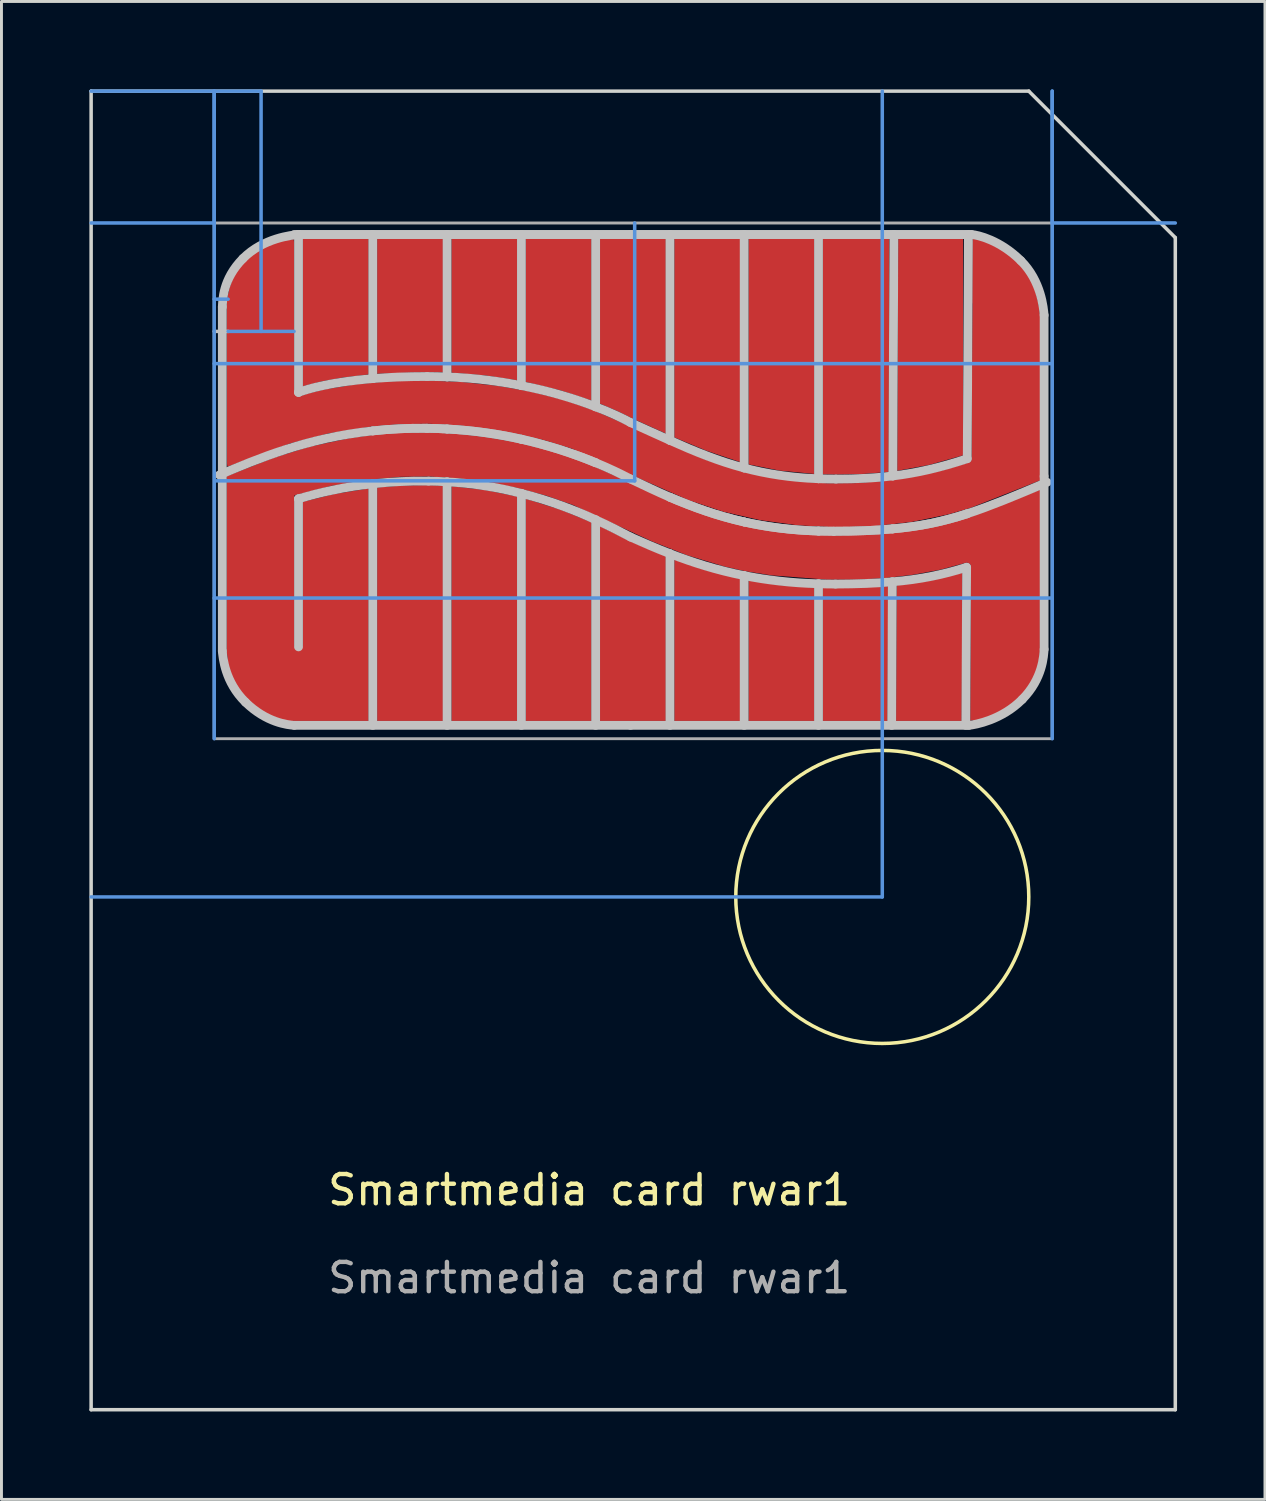
<source format=kicad_pcb>
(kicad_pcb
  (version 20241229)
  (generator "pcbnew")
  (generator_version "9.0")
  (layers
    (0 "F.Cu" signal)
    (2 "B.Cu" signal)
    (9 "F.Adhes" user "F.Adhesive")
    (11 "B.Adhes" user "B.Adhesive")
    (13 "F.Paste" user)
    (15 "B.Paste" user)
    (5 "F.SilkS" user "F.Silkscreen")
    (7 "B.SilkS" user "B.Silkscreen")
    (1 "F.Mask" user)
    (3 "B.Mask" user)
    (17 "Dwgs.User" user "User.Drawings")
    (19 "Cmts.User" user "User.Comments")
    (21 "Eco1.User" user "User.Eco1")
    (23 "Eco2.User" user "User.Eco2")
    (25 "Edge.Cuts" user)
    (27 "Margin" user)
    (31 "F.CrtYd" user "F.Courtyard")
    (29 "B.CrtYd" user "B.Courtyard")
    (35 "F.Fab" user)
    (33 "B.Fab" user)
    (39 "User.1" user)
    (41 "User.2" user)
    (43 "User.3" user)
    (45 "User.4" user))
  (footprint "Smartmedia card rwar1"
    (layer "F.Cu")
    (at 18.788 14.821)
    (property "Reference" "Smartmedia card rwar1" (at -1.728 22.739 0) (unlocked yes) (layer "F.SilkS") (effects (font (size 1 1) (thickness 0.15))))
    (fp_poly (pts (xy -6.431 6.732) (xy -6.431 -1.277) (xy -5.258 -1.144) (xy -4.184 -0.925) (xy -4.184 6.732)) (stroke (width 0) (type solid)) (fill yes) (layer "F.Cu"))
    (fp_poly (pts (xy -4.184 -9.728) (xy -4.184 -4.892) (xy -5.261 -5.056) (xy -6.431 -5.152) (xy -6.431 -9.728)) (stroke (width 0) (type solid)) (fill yes) (layer "F.Cu"))
    (fp_poly (pts (xy -1.651 -4.203) (xy -2.686 -4.542) (xy -3.894 -4.836) (xy -3.894 -9.728) (xy -1.651 -9.728)) (stroke (width 0) (type solid)) (fill yes) (layer "F.Cu"))
    (fp_poly (pts (xy -1.651 -0.045) (xy -1.651 6.732) (xy -3.894 6.732) (xy -3.894 -0.849) (xy -2.681 -0.466)) (stroke (width 0) (type solid)) (fill yes) (layer "F.Cu"))
    (fp_poly (pts (xy -1.361 6.732) (xy -1.361 0.087) (xy -0.373 0.581) (xy 0.885 1.114) (xy 0.885 6.732)) (stroke (width 0) (type solid)) (fill yes) (layer "F.Cu"))
    (fp_poly (pts (xy 1.175 -2.944) (xy 1.175 -9.728) (xy 3.418 -9.728) (xy 3.418 -2.102) (xy 2.29 -2.48)) (stroke (width 0) (type solid)) (fill yes) (layer "F.Cu"))
    (fp_poly (pts (xy 3.418 1.881) (xy 3.418 6.732) (xy 1.175 6.732) (xy 1.175 1.225) (xy 2.244 1.585)) (stroke (width 0) (type solid)) (fill yes) (layer "F.Cu"))
    (fp_poly (pts (xy 5.954 -1.695) (xy 4.767 -1.81) (xy 3.708 -2.022) (xy 3.708 -9.728) (xy 5.954 -9.728)) (stroke (width 0) (type solid)) (fill yes) (layer "F.Cu"))
    (fp_poly (pts (xy 5.954 2.182) (xy 5.954 6.732) (xy 3.708 6.732) (xy 3.708 1.938) (xy 4.78 2.097)) (stroke (width 0) (type solid)) (fill yes) (layer "F.Cu"))
    (fp_poly (pts (xy 8.473 2.133) (xy 8.453 6.732) (xy 6.245 6.732) (xy 6.245 2.191) (xy 6.679 2.199)) (stroke (width 0) (type solid)) (fill yes) (layer "F.Cu"))
    (fp_poly (pts (xy 8.743 6.732) (xy 8.763 2.106) (xy 9.928 1.94) (xy 11.009 1.672) (xy 10.982 6.732)) (stroke (width 0) (type solid)) (fill yes) (layer "F.Cu"))
    (fp_poly (pts (xy -9.257 -9.728) (xy -9.257 -5.091) (xy -10.149 -4.985) (xy -10.84 -4.861) (xy -11.5 -4.69) (xy -11.5 -9.728)) (stroke (width 0) (type solid)) (fill yes) (layer "F.Cu"))
    (fp_poly (pts (xy -8.967 -1.235) (xy -8.108 -1.3) (xy -7.21 -1.315) (xy -6.721 -1.295) (xy -6.721 6.732) (xy -8.967 6.732)) (stroke (width 0) (type solid)) (fill yes) (layer "F.Cu"))
    (fp_poly (pts (xy 8.51 -9.724) (xy 8.492 -1.767) (xy 7.629 -1.697) (xy 6.696 -1.675) (xy 6.245 -1.683) (xy 6.245 -9.728)) (stroke (width 0) (type solid)) (fill yes) (layer "F.Cu"))
    (fp_poly (pts (xy -8.967 -9.728) (xy -6.721 -9.728) (xy -6.721 -5.164) (xy -7.257 -5.175) (xy -8.967 -5.115) (xy -8.967 -9.728) (xy -7.257 -5.175)) (stroke (width 0) (type solid)) (fill yes) (layer "F.Cu"))
    (fp_poly (pts (xy 11.032 -9.728) (xy 11.032 -2.332) (xy 9.866 -2.004) (xy 8.782 -1.804) (xy 8.816 -9.728) (xy 11.032 -9.728) (xy 11.032 -2.332)) (stroke (width 0) (type solid)) (fill yes) (layer "F.Cu"))
    (fp_poly (pts (xy -1.361 -9.728) (xy 0.885 -9.728) (xy 0.885 -3.074) (xy -0.25 -3.587) (xy -0.753 -3.835) (xy -1.361 -4.094) (xy -1.361 -9.728) (xy -0.25 -3.587)) (stroke (width 0) (type solid)) (fill yes) (layer "F.Cu"))
    (fp_poly (pts (xy -11.903 -7.616) (xy -11.903 -9.586) (xy -12.047 -9.586) (xy -12.333 -9.549) (xy -12.611 -9.472) (xy -12.875 -9.356) (xy -13.12 -9.203) (xy -13.341 -9.017) (xy -13.533 -8.802) (xy -13.692 -8.562) (xy -13.816 -8.301) (xy -13.901 -8.025) (xy -13.947 -7.741) (xy -13.953 -7.616)) (stroke (width 0.2) (type solid)) (fill yes) (layer "F.Cu"))
    (fp_poly (pts (xy -11.903 4.589) (xy -13.963 4.589) (xy -13.962 4.733) (xy -13.925 5.019) (xy -13.848 5.297) (xy -13.732 5.561) (xy -13.58 5.806) (xy -13.394 6.027) (xy -13.179 6.219) (xy -12.938 6.378) (xy -12.678 6.502) (xy -12.402 6.587) (xy -12.117 6.632) (xy -11.903 6.639)) (stroke (width 0.2) (type solid)) (fill yes) (layer "F.Cu"))
    (fp_poly (pts (xy -11.903 4.589) (xy -13.963 4.589) (xy -13.962 4.733) (xy -13.925 5.019) (xy -13.848 5.297) (xy -13.732 5.561) (xy -13.58 5.806) (xy -13.394 6.027) (xy -13.179 6.219) (xy -12.938 6.378) (xy -12.678 6.502) (xy -12.402 6.587) (xy -12.117 6.632) (xy -11.903 6.639)) (stroke (width 0.2) (type solid)) (fill yes) (layer "F.Cu"))
    (fp_poly (pts (xy 11.442 4.669) (xy 11.442 6.639) (xy 11.587 6.638) (xy 11.873 6.601) (xy 12.151 6.524) (xy 12.415 6.408) (xy 12.66 6.256) (xy 12.88 6.07) (xy 13.072 5.855) (xy 13.232 5.614) (xy 13.356 5.353) (xy 13.441 5.078) (xy 13.486 4.793) (xy 13.492 4.669)) (stroke (width 0.2) (type solid)) (fill yes) (layer "F.Cu"))
    (fp_poly (pts (xy 11.442 4.669) (xy 11.442 6.639) (xy 11.587 6.638) (xy 11.873 6.601) (xy 12.151 6.524) (xy 12.415 6.408) (xy 12.66 6.256) (xy 12.88 6.07) (xy 13.072 5.855) (xy 13.232 5.614) (xy 13.356 5.353) (xy 13.441 5.078) (xy 13.486 4.793) (xy 13.492 4.669)) (stroke (width 0.2) (type solid)) (fill yes) (layer "F.Cu"))
    (fp_poly (pts (xy 11.452 -7.556) (xy 13.422 -7.556) (xy 13.422 -7.701) (xy 13.385 -7.987) (xy 13.308 -8.265) (xy 13.192 -8.529) (xy 13.039 -8.774) (xy 12.853 -8.995) (xy 12.638 -9.187) (xy 12.398 -9.346) (xy 12.137 -9.47) (xy 11.861 -9.555) (xy 11.576 -9.6) (xy 11.452 -9.606)) (stroke (width 0.2) (type solid)) (fill yes) (layer "F.Cu"))
    (fp_poly (pts (xy -9.096 -3.03) (xy -8.16 -3.107) (xy -7.191 -3.118) (xy -6.205 -3.065) (xy -5.218 -2.951) (xy -4.245 -2.78) (xy -3.301 -2.555) (xy -2.401 -2.278) (xy -1.562 -1.954) (xy 1.532 -0.546) (xy 2.823 -0.103) (xy 4.105 0.194) (xy 5.39 0.347) (xy 6.749 0.397) (xy 8.05 0.361) (xy 9.338 0.233) (xy 9.982 0.121) (xy 10.588 -0.022) (xy 11.174 -0.194) (xy 13.656 -1.16) (xy 13.652 4.395) (xy 13.641 4.513) (xy 13.624 4.63) (xy 13.599 4.745) (xy 13.569 4.858) (xy 13.532 4.969) (xy 13.442 5.183) (xy 13.33 5.388) (xy 13.2 5.581) (xy 13.052 5.763) (xy 12.888 5.933) (xy 12.712 6.088) (xy 12.524 6.23) (xy 12.327 6.356) (xy 12.122 6.466) (xy 11.913 6.558) (xy 11.7 6.633) (xy 11.486 6.689) (xy 11.272 6.725) (xy 11.3 1.471) (xy 11.299 1.462) (xy 11.298 1.454) (xy 11.297 1.445) (xy 11.294 1.437) (xy 11.292 1.429) (xy 11.288 1.421) (xy 11.285 1.414) (xy 11.28 1.406) (xy 11.276 1.399) (xy 11.271 1.392) (xy 11.265 1.386) (xy 11.26 1.38) (xy 11.253 1.374) (xy 11.247 1.368) (xy 11.24 1.363) (xy 11.233 1.358) (xy 11.226 1.354) (xy 11.219 1.35) (xy 11.211 1.346) (xy 11.203 1.343) (xy 11.195 1.34) (xy 11.187 1.338) (xy 11.179 1.336) (xy 11.17 1.335) (xy 11.162 1.334) (xy 11.153 1.334) (xy 11.145 1.334) (xy 11.136 1.335) (xy 11.128 1.336) (xy 10.236 1.575) (xy 9.313 1.746) (xy 8.357 1.858) (xy 7.383 1.912) (xy 6.405 1.912) (xy 4.494 1.765) (xy 3.591 1.623) (xy 2.889 1.464) (xy 1.603 1.077) (xy 0.4 0.6) (xy -2.293 -0.641) (xy -3.204 -0.957) (xy -4.164 -1.215) (xy -5.156 -1.412) (xy -6.165 -1.544) (xy -7.174 -1.607) (xy -8.167 -1.598) (xy -9.128 -1.512) (xy -10.533 -1.289) (xy -11.79 -0.964) (xy -11.79 4.195) (xy -11.5 4.195) (xy -11.5 -0.746) (xy -10.437 -1.01) (xy -9.257 -1.202) (xy -9.257 6.732) (xy -11.787 6.732) (xy -11.886 6.723) (xy -12.023 6.702) (xy -12.194 6.663) (xy -12.392 6.601) (xy -12.613 6.507) (xy -12.85 6.378) (xy -12.974 6.297) (xy -13.099 6.205) (xy -13.226 6.1) (xy -13.354 5.983) (xy -13.471 5.86) (xy -13.576 5.735) (xy -13.668 5.609) (xy -13.748 5.483) (xy -13.818 5.358) (xy -13.877 5.235) (xy -13.97 4.998) (xy -14.032 4.782) (xy -14.071 4.593) (xy -14.104 4.333) (xy -14.104 -1.617) (xy -12.525 -2.238) (xy -11.289 -2.623) (xy -9.876 -2.925) (xy -9.097 -3.03)) (stroke (width 0) (type solid)) (fill yes) (layer "F.Cu"))
    (fp_poly (pts (xy 2.21 -2.196) (xy 3.526 -1.767) (xy 4.461 -1.571) (xy 5.417 -1.442) (xy 6.386 -1.379) (xy 7.364 -1.384) (xy 8.342 -1.457) (xy 9.316 -1.599) (xy 10.277 -1.808) (xy 11.222 -2.087) (xy 11.232 -2.091) (xy 11.243 -2.096) (xy 11.253 -2.102) (xy 11.262 -2.108) (xy 11.271 -2.115) (xy 11.279 -2.123) (xy 11.286 -2.131) (xy 11.293 -2.14) (xy 11.299 -2.149) (xy 11.305 -2.159) (xy 11.31 -2.169) (xy 11.314 -2.179) (xy 11.317 -2.19) (xy 11.319 -2.201) (xy 11.32 -2.213) (xy 11.359 -9.722) (xy 11.454 -9.704) (xy 11.647 -9.654) (xy 11.844 -9.584) (xy 12.042 -9.497) (xy 12.24 -9.391) (xy 12.436 -9.266) (xy 12.627 -9.124) (xy 12.812 -8.964) (xy 13.018 -8.754) (xy 13.122 -8.626) (xy 13.214 -8.494) (xy 13.294 -8.362) (xy 13.364 -8.228) (xy 13.424 -8.096) (xy 13.518 -7.839) (xy 13.581 -7.602) (xy 13.622 -7.395) (xy 13.656 -7.115) (xy 13.656 -1.475) (xy 11.259 -0.529) (xy 10.526 -0.316) (xy 9.29 -0.061) (xy 8.009 0.086) (xy 6.703 0.126) (xy 5.394 0.058) (xy 4.103 -0.119) (xy 2.85 -0.406) (xy 1.656 -0.803) (xy -2.307 -2.553) (xy -3.223 -2.835) (xy -4.185 -3.064) (xy -5.176 -3.238) (xy -6.182 -3.354) (xy -7.186 -3.408) (xy -8.173 -3.397) (xy -9.128 -3.318) (xy -10.612 -3.083) (xy -11.917 -2.744) (xy -14.066 -1.947) (xy -14.075 -1.949) (xy -14.083 -1.982) (xy -14.09 -2.044) (xy -14.101 -7.374) (xy -14.104 -7.398) (xy -14.103 -7.472) (xy -14.088 -7.638) (xy -14.055 -7.826) (xy -14.002 -8.027) (xy -13.927 -8.235) (xy -13.83 -8.443) (xy -13.772 -8.544) (xy -13.708 -8.644) (xy -13.637 -8.739) (xy -13.56 -8.831) (xy -13.372 -9.019) (xy -13.265 -9.113) (xy -13.154 -9.198) (xy -13.041 -9.274) (xy -12.81 -9.405) (xy -12.58 -9.508) (xy -12.358 -9.586) (xy -12.152 -9.644) (xy -11.812 -9.709) (xy -11.79 -4.556) (xy -11.792 -4.546) (xy -11.793 -4.535) (xy -11.794 -4.524) (xy -11.793 -4.503) (xy -11.791 -4.482) (xy -11.786 -4.462) (xy -11.779 -4.442) (xy -11.775 -4.433) (xy -11.771 -4.424) (xy -11.766 -4.415) (xy -11.76 -4.407) (xy -11.755 -4.399) (xy -11.748 -4.391) (xy -11.742 -4.384) (xy -11.734 -4.377) (xy -11.727 -4.371) (xy -11.719 -4.365) (xy -11.711 -4.36) (xy -11.702 -4.356) (xy -11.693 -4.352) (xy -11.684 -4.349) (xy -11.674 -4.347) (xy -11.664 -4.345) (xy -11.654 -4.344) (xy -11.643 -4.344) (xy -11.632 -4.345) (xy -11.621 -4.347) (xy -11.61 -4.349) (xy -11.291 -4.451) (xy -10.778 -4.578) (xy -9.692 -4.757) (xy -8.534 -4.86) (xy -7.33 -4.887) (xy -6.107 -4.837) (xy -4.892 -4.709) (xy -3.711 -4.505) (xy -2.591 -4.222) (xy -1.559 -3.861)) (stroke (width 0) (type solid)) (fill yes) (layer "F.Cu"))
    (fp_poly (pts (xy -6.431 6.732) (xy -6.431 -1.277) (xy -5.258 -1.144) (xy -4.184 -0.925) (xy -4.184 6.732)) (stroke (width 0) (type solid)) (fill yes) (layer "F.Mask"))
    (fp_poly (pts (xy -4.184 -9.728) (xy -4.184 -4.892) (xy -5.261 -5.056) (xy -6.431 -5.152) (xy -6.431 -9.728)) (stroke (width 0) (type solid)) (fill yes) (layer "F.Mask"))
    (fp_poly (pts (xy -1.651 -4.203) (xy -2.686 -4.542) (xy -3.894 -4.836) (xy -3.894 -9.728) (xy -1.651 -9.728)) (stroke (width 0) (type solid)) (fill yes) (layer "F.Mask"))
    (fp_poly (pts (xy -1.651 -0.045) (xy -1.651 6.732) (xy -3.894 6.732) (xy -3.894 -0.849) (xy -2.681 -0.466)) (stroke (width 0) (type solid)) (fill yes) (layer "F.Mask"))
    (fp_poly (pts (xy -1.361 6.732) (xy -1.361 0.087) (xy -0.373 0.581) (xy 0.885 1.114) (xy 0.885 6.732)) (stroke (width 0) (type solid)) (fill yes) (layer "F.Mask"))
    (fp_poly (pts (xy 1.175 -2.944) (xy 1.175 -9.728) (xy 3.418 -9.728) (xy 3.418 -2.102) (xy 2.29 -2.48)) (stroke (width 0) (type solid)) (fill yes) (layer "F.Mask"))
    (fp_poly (pts (xy 3.418 1.881) (xy 3.418 6.732) (xy 1.175 6.732) (xy 1.175 1.225) (xy 2.244 1.585)) (stroke (width 0) (type solid)) (fill yes) (layer "F.Mask"))
    (fp_poly (pts (xy 5.954 -1.695) (xy 4.767 -1.81) (xy 3.708 -2.022) (xy 3.708 -9.728) (xy 5.954 -9.728)) (stroke (width 0) (type solid)) (fill yes) (layer "F.Mask"))
    (fp_poly (pts (xy 5.954 2.182) (xy 5.954 6.732) (xy 3.708 6.732) (xy 3.708 1.938) (xy 4.78 2.097)) (stroke (width 0) (type solid)) (fill yes) (layer "F.Mask"))
    (fp_poly (pts (xy 8.473 2.133) (xy 8.453 6.732) (xy 6.245 6.732) (xy 6.245 2.191) (xy 6.679 2.199)) (stroke (width 0) (type solid)) (fill yes) (layer "F.Mask"))
    (fp_poly (pts (xy 8.743 6.732) (xy 8.763 2.106) (xy 9.928 1.94) (xy 11.009 1.672) (xy 10.982 6.732)) (stroke (width 0) (type solid)) (fill yes) (layer "F.Mask"))
    (fp_poly (pts (xy -9.257 -9.728) (xy -9.257 -5.091) (xy -10.149 -4.985) (xy -10.84 -4.861) (xy -11.5 -4.69) (xy -11.5 -9.728)) (stroke (width 0) (type solid)) (fill yes) (layer "F.Mask"))
    (fp_poly (pts (xy -8.967 -1.235) (xy -8.108 -1.3) (xy -7.21 -1.315) (xy -6.721 -1.295) (xy -6.721 6.732) (xy -8.967 6.732)) (stroke (width 0) (type solid)) (fill yes) (layer "F.Mask"))
    (fp_poly (pts (xy 8.51 -9.724) (xy 8.492 -1.767) (xy 7.629 -1.697) (xy 6.696 -1.675) (xy 6.245 -1.683) (xy 6.245 -9.728)) (stroke (width 0) (type solid)) (fill yes) (layer "F.Mask"))
    (fp_poly (pts (xy -8.967 -9.728) (xy -6.721 -9.728) (xy -6.721 -5.164) (xy -7.257 -5.175) (xy -8.967 -5.115) (xy -8.967 -9.728) (xy -7.257 -5.175)) (stroke (width 0) (type solid)) (fill yes) (layer "F.Mask"))
    (fp_poly (pts (xy 11.032 -9.728) (xy 11.032 -2.332) (xy 9.866 -2.004) (xy 8.782 -1.804) (xy 8.816 -9.728) (xy 11.032 -9.728) (xy 11.032 -2.332)) (stroke (width 0) (type solid)) (fill yes) (layer "F.Mask"))
    (fp_poly (pts (xy -1.361 -9.728) (xy 0.885 -9.728) (xy 0.885 -3.074) (xy -0.25 -3.587) (xy -0.753 -3.835) (xy -1.361 -4.094) (xy -1.361 -9.728) (xy -0.25 -3.587)) (stroke (width 0) (type solid)) (fill yes) (layer "F.Mask"))
    (fp_poly (pts (xy -11.903 -7.616) (xy -11.903 -9.586) (xy -12.047 -9.586) (xy -12.333 -9.549) (xy -12.611 -9.472) (xy -12.875 -9.356) (xy -13.12 -9.203) (xy -13.341 -9.017) (xy -13.533 -8.802) (xy -13.692 -8.562) (xy -13.816 -8.301) (xy -13.901 -8.025) (xy -13.947 -7.741) (xy -13.953 -7.616)) (stroke (width 0.2) (type solid)) (fill yes) (layer "F.Mask"))
    (fp_poly (pts (xy 11.452 -7.556) (xy 13.422 -7.556) (xy 13.422 -7.701) (xy 13.385 -7.987) (xy 13.308 -8.265) (xy 13.192 -8.529) (xy 13.039 -8.774) (xy 12.853 -8.995) (xy 12.638 -9.187) (xy 12.398 -9.346) (xy 12.137 -9.47) (xy 11.861 -9.555) (xy 11.576 -9.6) (xy 11.452 -9.606)) (stroke (width 0.2) (type solid)) (fill yes) (layer "F.Mask"))
    (fp_poly (pts (xy -9.096 -3.03) (xy -8.16 -3.107) (xy -7.191 -3.118) (xy -6.205 -3.065) (xy -5.218 -2.951) (xy -4.245 -2.78) (xy -3.301 -2.555) (xy -2.401 -2.278) (xy -1.562 -1.954) (xy 1.532 -0.546) (xy 2.823 -0.103) (xy 4.105 0.194) (xy 5.39 0.347) (xy 6.749 0.397) (xy 8.05 0.361) (xy 9.338 0.233) (xy 9.982 0.121) (xy 10.588 -0.022) (xy 11.174 -0.194) (xy 13.656 -1.16) (xy 13.652 4.395) (xy 13.641 4.513) (xy 13.624 4.63) (xy 13.599 4.745) (xy 13.569 4.858) (xy 13.532 4.969) (xy 13.442 5.183) (xy 13.33 5.388) (xy 13.2 5.581) (xy 13.052 5.763) (xy 12.888 5.933) (xy 12.712 6.088) (xy 12.524 6.23) (xy 12.327 6.356) (xy 12.122 6.466) (xy 11.913 6.558) (xy 11.7 6.633) (xy 11.486 6.689) (xy 11.272 6.725) (xy 11.3 1.471) (xy 11.299 1.462) (xy 11.298 1.454) (xy 11.297 1.445) (xy 11.294 1.437) (xy 11.292 1.429) (xy 11.288 1.421) (xy 11.285 1.414) (xy 11.28 1.406) (xy 11.276 1.399) (xy 11.271 1.392) (xy 11.265 1.386) (xy 11.26 1.38) (xy 11.253 1.374) (xy 11.247 1.368) (xy 11.24 1.363) (xy 11.233 1.358) (xy 11.226 1.354) (xy 11.219 1.35) (xy 11.211 1.346) (xy 11.203 1.343) (xy 11.195 1.34) (xy 11.187 1.338) (xy 11.179 1.336) (xy 11.17 1.335) (xy 11.162 1.334) (xy 11.153 1.334) (xy 11.145 1.334) (xy 11.136 1.335) (xy 11.128 1.336) (xy 10.236 1.575) (xy 9.313 1.746) (xy 8.357 1.858) (xy 7.383 1.912) (xy 6.405 1.912) (xy 4.494 1.765) (xy 3.591 1.623) (xy 2.889 1.464) (xy 1.603 1.077) (xy 0.4 0.6) (xy -2.293 -0.641) (xy -3.204 -0.957) (xy -4.164 -1.215) (xy -5.156 -1.412) (xy -6.165 -1.544) (xy -7.174 -1.607) (xy -8.167 -1.598) (xy -9.128 -1.512) (xy -10.533 -1.289) (xy -11.79 -0.964) (xy -11.79 4.195) (xy -11.5 4.195) (xy -11.5 -0.746) (xy -10.437 -1.01) (xy -9.257 -1.202) (xy -9.257 6.732) (xy -11.787 6.732) (xy -11.886 6.723) (xy -12.023 6.702) (xy -12.194 6.663) (xy -12.392 6.601) (xy -12.613 6.507) (xy -12.85 6.378) (xy -12.974 6.297) (xy -13.099 6.205) (xy -13.226 6.1) (xy -13.354 5.983) (xy -13.471 5.86) (xy -13.576 5.735) (xy -13.668 5.609) (xy -13.748 5.483) (xy -13.818 5.358) (xy -13.877 5.235) (xy -13.97 4.998) (xy -14.032 4.782) (xy -14.071 4.593) (xy -14.104 4.333) (xy -14.104 -1.617) (xy -12.525 -2.238) (xy -11.289 -2.623) (xy -9.876 -2.925) (xy -9.097 -3.03)) (stroke (width 0) (type solid)) (fill yes) (layer "F.Mask"))
    (fp_poly (pts (xy 2.21 -2.196) (xy 3.526 -1.767) (xy 4.461 -1.571) (xy 5.417 -1.442) (xy 6.386 -1.379) (xy 7.364 -1.384) (xy 8.342 -1.457) (xy 9.316 -1.599) (xy 10.277 -1.808) (xy 11.222 -2.087) (xy 11.232 -2.091) (xy 11.243 -2.096) (xy 11.253 -2.102) (xy 11.262 -2.108) (xy 11.271 -2.115) (xy 11.279 -2.123) (xy 11.286 -2.131) (xy 11.293 -2.14) (xy 11.299 -2.149) (xy 11.305 -2.159) (xy 11.31 -2.169) (xy 11.314 -2.179) (xy 11.317 -2.19) (xy 11.319 -2.201) (xy 11.32 -2.213) (xy 11.359 -9.722) (xy 11.454 -9.704) (xy 11.647 -9.654) (xy 11.844 -9.584) (xy 12.042 -9.497) (xy 12.24 -9.391) (xy 12.436 -9.266) (xy 12.627 -9.124) (xy 12.812 -8.964) (xy 13.018 -8.754) (xy 13.122 -8.626) (xy 13.214 -8.494) (xy 13.294 -8.362) (xy 13.364 -8.228) (xy 13.424 -8.096) (xy 13.518 -7.839) (xy 13.581 -7.602) (xy 13.622 -7.395) (xy 13.656 -7.115) (xy 13.656 -1.475) (xy 11.259 -0.529) (xy 10.526 -0.316) (xy 9.29 -0.061) (xy 8.009 0.086) (xy 6.703 0.126) (xy 5.394 0.058) (xy 4.103 -0.119) (xy 2.85 -0.406) (xy 1.656 -0.803) (xy -2.307 -2.553) (xy -3.223 -2.835) (xy -4.185 -3.064) (xy -5.176 -3.238) (xy -6.182 -3.354) (xy -7.186 -3.408) (xy -8.173 -3.397) (xy -9.128 -3.318) (xy -10.612 -3.083) (xy -11.917 -2.744) (xy -14.066 -1.947) (xy -14.075 -1.949) (xy -14.083 -1.982) (xy -14.09 -2.044) (xy -14.101 -7.374) (xy -14.104 -7.398) (xy -14.103 -7.472) (xy -14.088 -7.638) (xy -14.055 -7.826) (xy -14.002 -8.027) (xy -13.927 -8.235) (xy -13.83 -8.443) (xy -13.772 -8.544) (xy -13.708 -8.644) (xy -13.637 -8.739) (xy -13.56 -8.831) (xy -13.372 -9.019) (xy -13.265 -9.113) (xy -13.154 -9.198) (xy -13.041 -9.274) (xy -12.81 -9.405) (xy -12.58 -9.508) (xy -12.358 -9.586) (xy -12.152 -9.644) (xy -11.812 -9.709) (xy -11.79 -4.556) (xy -11.792 -4.546) (xy -11.793 -4.535) (xy -11.794 -4.524) (xy -11.793 -4.503) (xy -11.791 -4.482) (xy -11.786 -4.462) (xy -11.779 -4.442) (xy -11.775 -4.433) (xy -11.771 -4.424) (xy -11.766 -4.415) (xy -11.76 -4.407) (xy -11.755 -4.399) (xy -11.748 -4.391) (xy -11.742 -4.384) (xy -11.734 -4.377) (xy -11.727 -4.371) (xy -11.719 -4.365) (xy -11.711 -4.36) (xy -11.702 -4.356) (xy -11.693 -4.352) (xy -11.684 -4.349) (xy -11.674 -4.347) (xy -11.664 -4.345) (xy -11.654 -4.344) (xy -11.643 -4.344) (xy -11.632 -4.345) (xy -11.621 -4.347) (xy -11.61 -4.349) (xy -11.291 -4.451) (xy -10.778 -4.578) (xy -9.692 -4.757) (xy -8.534 -4.86) (xy -7.33 -4.887) (xy -6.107 -4.837) (xy -4.892 -4.709) (xy -3.711 -4.505) (xy -2.591 -4.222) (xy -1.559 -3.861)) (stroke (width 0) (type solid)) (fill yes) (layer "F.Mask"))
    (fp_circle (center 8.272 12.739) (end 13.272 12.739) (stroke (width 0.12) (type solid)) (fill no) (layer "F.SilkS"))
    (fp_line (start -14.198 -6.561) (end -14.528 -6.561) (stroke (width 0.12) (type solid)) (layer "Dwgs.User"))
    (fp_line (start -14.053 -6.561) (end -14.198 -6.561) (stroke (width 0.12) (type solid)) (layer "Dwgs.User"))
    (fp_line (start -11.65 -9.867) (end 11.211 -9.866) (stroke (width 0.3) (type solid)) (layer "Dwgs.User"))
    (fp_line (start -9.116 -4.951) (end -9.116 -9.866) (stroke (width 0.3) (type solid)) (layer "Dwgs.User"))
    (fp_line (start -9.116 6.884) (end -9.116 -1.36) (stroke (width 0.3) (type solid)) (layer "Dwgs.User"))
    (fp_line (start -6.58 -5.008) (end -6.58 -9.866) (stroke (width 0.3) (type solid)) (layer "Dwgs.User"))
    (fp_line (start -6.58 6.884) (end -6.58 -1.427) (stroke (width 0.3) (type solid)) (layer "Dwgs.User"))
    (fp_line (start -4.043 -4.711) (end -4.043 -9.855) (stroke (width 0.3) (type solid)) (layer "Dwgs.User"))
    (fp_line (start -4.043 6.884) (end -4.043 -1.032) (stroke (width 0.3) (type solid)) (layer "Dwgs.User"))
    (fp_line (start -1.51 -3.988) (end -1.51 -9.866) (stroke (width 0.3) (type solid)) (layer "Dwgs.User"))
    (fp_line (start -1.51 6.884) (end -1.51 -0.132) (stroke (width 0.3) (type solid)) (layer "Dwgs.User"))
    (fp_line (start 1.026 -2.842) (end 1.026 -9.866) (stroke (width 0.3) (type solid)) (layer "Dwgs.User"))
    (fp_line (start 1.026 6.884) (end 1.026 1.025) (stroke (width 0.3) (type solid)) (layer "Dwgs.User"))
    (fp_line (start 3.559 -1.9) (end 3.559 -9.866) (stroke (width 0.3) (type solid)) (layer "Dwgs.User"))
    (fp_line (start 3.559 6.884) (end 3.559 1.773) (stroke (width 0.3) (type solid)) (layer "Dwgs.User"))
    (fp_line (start 6.096 -1.533) (end 6.096 -9.866) (stroke (width 0.3) (type solid)) (layer "Dwgs.User"))
    (fp_line (start 6.096 6.884) (end 6.096 2.051) (stroke (width 0.3) (type solid)) (layer "Dwgs.User"))
    (fp_line (start 8.615 1.984) (end 8.593 6.884) (stroke (width 0.3) (type solid)) (layer "Dwgs.User"))
    (fp_line (start 8.668 -9.866) (end 8.632 -1.628) (stroke (width 0.3) (type solid)) (layer "Dwgs.User"))
    (fp_curve (pts (xy -14.251 -7.397) (xy -14.236 -7.615) (xy -14.251 -8.337) (xy -13.547 -9.048)) (stroke (width 0.3) (type solid)) (layer "Dwgs.User"))
    (fp_curve (pts (xy -14.251 4.347) (xy -14.251 4.347) (xy -14.251 -7.397) (xy -14.251 -7.397)) (stroke (width 0.3) (type solid)) (layer "Dwgs.User"))
    (fp_curve (pts (xy -13.547 -9.048) (xy -12.851 -9.751) (xy -11.869 -9.848) (xy -11.65 -9.867)) (stroke (width 0.3) (type solid)) (layer "Dwgs.User"))
    (fp_curve (pts (xy -13.459 6.095) (xy -14.167 5.403) (xy -14.23 4.567) (xy -14.251 4.347)) (stroke (width 0.3) (type solid)) (layer "Dwgs.User"))
    (fp_curve (pts (xy -11.796 -9.867) (xy -11.796 -9.867) (xy -0.318 -9.867) (xy -0.318 -9.867)) (stroke (width 0.3) (type solid)) (layer "Dwgs.User"))
    (fp_curve (pts (xy -11.796 6.883) (xy -12.014 6.87) (xy -12.744 6.793) (xy -13.459 6.095)) (stroke (width 0.3) (type solid)) (layer "Dwgs.User"))
    (fp_curve (pts (xy -11.65 -9.867) (xy -11.65 -8.072) (xy -11.65 -6.276) (xy -11.65 -4.481)) (stroke (width 0.3) (type solid)) (layer "Dwgs.User"))
    (fp_curve (pts (xy -11.65 -4.481) (xy -11.65 -4.481) (xy -11.649 -4.482) (xy -11.649 -4.482)) (stroke (width 0.3) (type solid)) (layer "Dwgs.User"))
    (fp_curve (pts (xy -11.65 -0.848) (xy -11.65 -0.848) (xy -11.649 -0.849) (xy -11.649 -0.849)) (stroke (width 0.3) (type solid)) (layer "Dwgs.User"))
    (fp_curve (pts (xy -11.65 4.205) (xy -11.65 2.521) (xy -11.65 0.837) (xy -11.65 -0.848)) (stroke (width 0.3) (type solid)) (layer "Dwgs.User"))
    (fp_curve (pts (xy -11.649 -4.482) (xy -11.349 -4.592) (xy -10.566 -4.831) (xy -9.116 -4.951)) (stroke (width 0.3) (type solid)) (layer "Dwgs.User"))
    (fp_curve (pts (xy -11.649 -0.849) (xy -10.901 -1.071) (xy -10.061 -1.258) (xy -9.116 -1.36)) (stroke (width 0.3) (type solid)) (layer "Dwgs.User"))
    (fp_curve (pts (xy -9.116 -3.166) (xy -11.391 -2.923) (xy -13.042 -2.21) (xy -14.351 -1.663)) (stroke (width 0.3) (type solid)) (layer "Dwgs.User"))
    (fp_curve (pts (xy -9.116 -4.951) (xy -8.59 -4.994) (xy -7.973 -5.022) (xy -7.26 -5.022)) (stroke (width 0.3) (type solid)) (layer "Dwgs.User"))
    (fp_curve (pts (xy -9.116 -3.166) (xy -8.541 -3.23) (xy -7.927 -3.262) (xy -7.267 -3.255)) (stroke (width 0.3) (type solid)) (layer "Dwgs.User"))
    (fp_curve (pts (xy -9.116 -1.36) (xy -8.527 -1.427) (xy -7.892 -1.462) (xy -7.211 -1.452)) (stroke (width 0.3) (type solid)) (layer "Dwgs.User"))
    (fp_curve (pts (xy -7.267 -3.255) (xy -7.927 -3.262) (xy -8.541 -3.23) (xy -9.116 -3.166)) (stroke (width 0.3) (type solid)) (layer "Dwgs.User"))
    (fp_curve (pts (xy -7.267 -3.255) (xy -7.035 -3.251) (xy -6.805 -3.244) (xy -6.58 -3.23)) (stroke (width 0.3) (type solid)) (layer "Dwgs.User"))
    (fp_curve (pts (xy -7.26 -5.022) (xy -7.028 -5.022) (xy -6.802 -5.018) (xy -6.58 -5.008)) (stroke (width 0.3) (type solid)) (layer "Dwgs.User"))
    (fp_curve (pts (xy -7.211 -1.452) (xy -6.996 -1.448) (xy -6.784 -1.441) (xy -6.58 -1.427)) (stroke (width 0.3) (type solid)) (layer "Dwgs.User"))
    (fp_curve (pts (xy -6.58 -5.008) (xy -5.655 -4.973) (xy -4.805 -4.863) (xy -4.043 -4.711)) (stroke (width 0.3) (type solid)) (layer "Dwgs.User"))
    (fp_curve (pts (xy -6.58 -3.23) (xy -6.805 -3.244) (xy -7.035 -3.251) (xy -7.267 -3.255)) (stroke (width 0.3) (type solid)) (layer "Dwgs.User"))
    (fp_curve (pts (xy -6.58 -3.23) (xy -5.655 -3.18) (xy -4.809 -3.053) (xy -4.043 -2.881)) (stroke (width 0.3) (type solid)) (layer "Dwgs.User"))
    (fp_curve (pts (xy -6.58 -1.427) (xy -5.652 -1.374) (xy -4.805 -1.23) (xy -4.043 -1.032)) (stroke (width 0.3) (type solid)) (layer "Dwgs.User"))
    (fp_curve (pts (xy -4.043 -4.711) (xy -3.048 -4.517) (xy -2.198 -4.256) (xy -1.51 -3.988)) (stroke (width 0.3) (type solid)) (layer "Dwgs.User"))
    (fp_curve (pts (xy -4.043 -2.881) (xy -4.809 -3.053) (xy -5.655 -3.18) (xy -6.58 -3.23)) (stroke (width 0.3) (type solid)) (layer "Dwgs.User"))
    (fp_curve (pts (xy -4.043 -2.881) (xy -3.052 -2.658) (xy -2.198 -2.365) (xy -1.51 -2.08)) (stroke (width 0.3) (type solid)) (layer "Dwgs.User"))
    (fp_curve (pts (xy -4.043 -1.032) (xy -3.048 -0.782) (xy -2.198 -0.45) (xy -1.51 -0.132)) (stroke (width 0.3) (type solid)) (layer "Dwgs.User"))
    (fp_curve (pts (xy -1.51 -2.08) (xy -2.198 -2.365) (xy -3.052 -2.658) (xy -4.043 -2.881)) (stroke (width 0.3) (type solid)) (layer "Dwgs.User"))
    (fp_curve (pts (xy -1.51 -2.08) (xy -1.03 -1.882) (xy -0.632 -1.688) (xy -0.318 -1.522)) (stroke (width 0.3) (type solid)) (layer "Dwgs.User"))
    (fp_curve (pts (xy -1.51 -0.132) (xy -1.034 0.083) (xy -0.635 0.291) (xy -0.318 0.457)) (stroke (width 0.3) (type solid)) (layer "Dwgs.User"))
    (fp_curve (pts (xy -0.318 -9.867) (xy -0.318 -9.867) (xy 11.318 -9.867) (xy 11.318 -9.867)) (stroke (width 0.3) (type solid)) (layer "Dwgs.User"))
    (fp_curve (pts (xy -0.318 6.883) (xy -0.318 6.883) (xy -11.796 6.883) (xy -11.796 6.883)) (stroke (width 0.3) (type solid)) (layer "Dwgs.User"))
    (fp_curve (pts (xy -0.318 -3.452) (xy -0.632 -3.618) (xy -1.03 -3.805) (xy -1.51 -3.988)) (stroke (width 0.3) (type solid)) (layer "Dwgs.User"))
    (fp_curve (pts (xy -0.318 -1.522) (xy 0.127 -1.311) (xy 0.568 -1.099) (xy 1.026 -0.901)) (stroke (width 0.3) (type solid)) (layer "Dwgs.User"))
    (fp_curve (pts (xy -0.318 0.457) (xy 0.116 0.651) (xy 0.561 0.845) (xy 1.026 1.025)) (stroke (width 0.3) (type solid)) (layer "Dwgs.User"))
    (fp_curve (pts (xy 1.026 -2.842) (xy 0.596 -3.032) (xy 0.151 -3.24) (xy -0.325 -3.452)) (stroke (width 0.3) (type solid)) (layer "Dwgs.User"))
    (fp_curve (pts (xy 1.026 -2.842) (xy 1.877 -2.461) (xy 2.674 -2.136) (xy 3.559 -1.9)) (stroke (width 0.3) (type solid)) (layer "Dwgs.User"))
    (fp_curve (pts (xy 1.026 -0.901) (xy 1.802 -0.57) (xy 2.621 -0.27) (xy 3.559 -0.058)) (stroke (width 0.3) (type solid)) (layer "Dwgs.User"))
    (fp_curve (pts (xy 1.026 1.025) (xy 1.792 1.321) (xy 2.617 1.586) (xy 3.559 1.773)) (stroke (width 0.3) (type solid)) (layer "Dwgs.User"))
    (fp_curve (pts (xy 3.559 -1.9) (xy 4.311 -1.702) (xy 5.129 -1.568) (xy 6.096 -1.533)) (stroke (width 0.3) (type solid)) (layer "Dwgs.User"))
    (fp_curve (pts (xy 3.559 -0.058) (xy 2.621 -0.27) (xy 1.802 -0.57) (xy 1.026 -0.901)) (stroke (width 0.3) (type solid)) (layer "Dwgs.User"))
    (fp_curve (pts (xy 3.559 -0.058) (xy 4.314 0.111) (xy 5.147 0.224) (xy 6.096 0.252)) (stroke (width 0.3) (type solid)) (layer "Dwgs.User"))
    (fp_curve (pts (xy 3.559 1.773) (xy 4.321 1.924) (xy 5.157 2.027) (xy 6.096 2.051)) (stroke (width 0.3) (type solid)) (layer "Dwgs.User"))
    (fp_curve (pts (xy 6.096 -1.533) (xy 6.286 -1.526) (xy 6.487 -1.522) (xy 6.692 -1.522)) (stroke (width 0.3) (type solid)) (layer "Dwgs.User"))
    (fp_curve (pts (xy 6.096 0.252) (xy 5.147 0.224) (xy 4.314 0.111) (xy 3.559 -0.058)) (stroke (width 0.3) (type solid)) (layer "Dwgs.User"))
    (fp_curve (pts (xy 6.096 0.252) (xy 6.269 0.256) (xy 6.442 0.259) (xy 6.618 0.259)) (stroke (width 0.3) (type solid)) (layer "Dwgs.User"))
    (fp_curve (pts (xy 6.096 2.051) (xy 6.283 2.058) (xy 6.477 2.062) (xy 6.674 2.062)) (stroke (width 0.3) (type solid)) (layer "Dwgs.User"))
    (fp_curve (pts (xy 6.618 0.259) (xy 6.442 0.259) (xy 6.269 0.256) (xy 6.096 0.252)) (stroke (width 0.3) (type solid)) (layer "Dwgs.User"))
    (fp_curve (pts (xy 6.618 0.259) (xy 7.39 0.259) (xy 8.043 0.234) (xy 8.622 0.178)) (stroke (width 0.3) (type solid)) (layer "Dwgs.User"))
    (fp_curve (pts (xy 6.674 2.062) (xy 7.419 2.058) (xy 8.05 2.037) (xy 8.615 1.984)) (stroke (width 0.3) (type solid)) (layer "Dwgs.User"))
    (fp_curve (pts (xy 6.692 -1.522) (xy 7.401 -1.522) (xy 8.025 -1.554) (xy 8.632 -1.628)) (stroke (width 0.3) (type solid)) (layer "Dwgs.User"))
    (fp_curve (pts (xy 8.615 1.984) (xy 9.571 1.903) (xy 10.336 1.744) (xy 11.151 1.487)) (stroke (width 0.3) (type solid)) (layer "Dwgs.User"))
    (fp_curve (pts (xy 8.622 0.178) (xy 8.043 0.234) (xy 7.39 0.259) (xy 6.618 0.259)) (stroke (width 0.3) (type solid)) (layer "Dwgs.User"))
    (fp_curve (pts (xy 8.622 0.178) (xy 9.574 0.093) (xy 10.34 -0.069) (xy 11.162 -0.337)) (stroke (width 0.3) (type solid)) (layer "Dwgs.User"))
    (fp_curve (pts (xy 8.632 -1.628) (xy 9.444 -1.727) (xy 10.234 -1.907) (xy 11.172 -2.217)) (stroke (width 0.3) (type solid)) (layer "Dwgs.User"))
    (fp_curve (pts (xy 11.151 1.487) (xy 11.151 1.487) (xy 11.123 6.884) (xy 11.123 6.884)) (stroke (width 0.3) (type solid)) (layer "Dwgs.User"))
    (fp_curve (pts (xy 11.162 -0.337) (xy 10.34 -0.069) (xy 9.574 0.093) (xy 8.622 0.178)) (stroke (width 0.3) (type solid)) (layer "Dwgs.User"))
    (fp_curve (pts (xy 11.172 -2.217) (xy 11.172 -2.217) (xy 11.211 -9.866) (xy 11.211 -9.866)) (stroke (width 0.3) (type solid)) (layer "Dwgs.User"))
    (fp_curve (pts (xy 11.228 6.883) (xy 11.228 6.883) (xy -0.318 6.883) (xy -0.318 6.883)) (stroke (width 0.3) (type solid)) (layer "Dwgs.User"))
    (fp_curve (pts (xy 11.318 -9.867) (xy 11.535 -9.852) (xy 12.291 -9.677) (xy 13.001 -8.974)) (stroke (width 0.3) (type solid)) (layer "Dwgs.User"))
    (fp_curve (pts (xy 13.001 -8.974) (xy 13.704 -8.277) (xy 13.776 -7.335) (xy 13.795 -7.115)) (stroke (width 0.3) (type solid)) (layer "Dwgs.User"))
    (fp_curve (pts (xy 13.05 5.996) (xy 12.354 6.699) (xy 11.447 6.864) (xy 11.228 6.883)) (stroke (width 0.3) (type solid)) (layer "Dwgs.User"))
    (fp_curve (pts (xy 13.795 -7.115) (xy 13.795 -7.115) (xy 13.795 -1.615) (xy 13.795 -1.615)) (stroke (width 0.3) (type solid)) (layer "Dwgs.User"))
    (fp_curve (pts (xy 13.795 -1.615) (xy 13.795 -1.615) (xy 13.795 4.289) (xy 13.795 4.289)) (stroke (width 0.3) (type solid)) (layer "Dwgs.User"))
    (fp_curve (pts (xy 13.795 4.289) (xy 13.78 4.507) (xy 13.753 5.286) (xy 13.05 5.996)) (stroke (width 0.3) (type solid)) (layer "Dwgs.User"))
    (fp_curve (pts (xy 13.896 -1.413) (xy 12.788 -0.944) (xy 11.952 -0.595) (xy 11.162 -0.337)) (stroke (width 0.3) (type solid)) (layer "Dwgs.User"))
    (fp_line (start -18.728 -14.761) (end -12.928 -14.761) (stroke (width 0.12) (type solid)) (layer "Cmts.User"))
    (fp_line (start -18.728 -10.261) (end -14.528 -10.261) (stroke (width 0.12) (type solid)) (layer "Cmts.User"))
    (fp_line (start -14.528 -14.761) (end -14.528 7.339) (stroke (width 0.12) (type solid)) (layer "Cmts.User"))
    (fp_line (start -14.528 -10.261) (end -14.528 -14.761) (stroke (width 0.12) (type solid)) (layer "Cmts.User"))
    (fp_line (start -14.528 -5.461) (end 14.072 -5.461) (stroke (width 0.12) (type solid)) (layer "Cmts.User"))
    (fp_line (start -14.053 -7.661) (end -14.528 -7.661) (stroke (width 0.12) (type solid)) (layer "Cmts.User"))
    (fp_line (start -12.928 -14.761) (end -12.928 -6.561) (stroke (width 0.12) (type solid)) (layer "Cmts.User"))
    (fp_line (start -11.803 -6.561) (end -14.053 -6.561) (stroke (width 0.12) (type solid)) (layer "Cmts.User"))
    (fp_line (start -0.178 -1.461) (end -14.478 -1.461) (stroke (width 0.12) (type solid)) (layer "Cmts.User"))
    (fp_line (start -0.178 -1.461) (end -0.178 -10.261) (stroke (width 0.12) (type solid)) (layer "Cmts.User"))
    (fp_line (start 8.272 -14.761) (end 8.272 12.739) (stroke (width 0.12) (type solid)) (layer "Cmts.User"))
    (fp_line (start 8.272 12.739) (end -18.728 12.739) (stroke (width 0.12) (type solid)) (layer "Cmts.User"))
    (fp_line (start 14.072 -14.761) (end 14.072 7.339) (stroke (width 0.12) (type solid)) (layer "Cmts.User"))
    (fp_line (start 14.072 -10.261) (end 14.072 -14.761) (stroke (width 0.12) (type solid)) (layer "Cmts.User"))
    (fp_line (start 14.072 2.539) (end -14.528 2.539) (stroke (width 0.12) (type solid)) (layer "Cmts.User"))
    (fp_line (start 18.272 -10.261) (end 14.072 -10.261) (stroke (width 0.12) (type solid)) (layer "Cmts.User"))
    (fp_line (start -18.728 -14.761) (end 13.272 -14.761) (stroke (width 0.12) (type solid)) (layer "Edge.Cuts"))
    (fp_line (start -18.728 30.239) (end -18.728 -14.761) (stroke (width 0.12) (type solid)) (layer "Edge.Cuts"))
    (fp_line (start -18.728 30.239) (end 18.272 30.239) (stroke (width 0.12) (type solid)) (layer "Edge.Cuts"))
    (fp_line (start 13.272 -14.761) (end 18.272 -9.761) (stroke (width 0.12) (type solid)) (layer "Edge.Cuts"))
    (fp_line (start 18.272 30.239) (end 18.272 -9.761) (stroke (width 0.12) (type solid)) (layer "Edge.Cuts"))
    (fp_rect (start -14.528 -10.261) (end 14.072 7.339) (stroke (width 0.1) (type solid)) (fill no) (layer "F.Fab"))
    (fp_text user "${REFERENCE}" (at -1.728 25.739 0) (unlocked yes) (layer "F.Fab") (effects (font (size 1 1) (thickness 0.15))))
    (pad "1" connect custom (at 12.472 3.659) (size 2 2.2) (layers "F.Cu" "F.Mask") (options (anchor rect)) (primitives))
    (pad "2" connect custom (at 9.932 3.659) (size 2 2.2) (layers "F.Cu" "F.Mask") (options (anchor rect)) (primitives))
    (pad "3" connect custom (at 7.392 3.639) (size 2 2.2) (layers "F.Cu" "F.Mask") (options (anchor rect)) (primitives))
    (pad "4" connect custom (at 4.852 3.659) (size 2 2.2) (layers "F.Cu" "F.Mask") (options (anchor rect)) (primitives))
    (pad "5" connect custom (at 2.312 3.639) (size 2 2.2) (layers "F.Cu" "F.Mask") (options (anchor rect)) (primitives))
    (pad "6" connect custom (at -0.228 3.639) (size 2 2.2) (layers "F.Cu" "F.Mask") (options (anchor rect)) (primitives))
    (pad "7" connect custom (at -2.768 3.639) (size 2 2.2) (layers "F.Cu" "F.Mask") (options (anchor rect)) (primitives))
    (pad "8" connect custom (at -5.308 3.639) (size 2 2.2) (layers "F.Cu" "F.Mask") (options (anchor rect)) (primitives))
    (pad "9" connect custom (at -7.861 3.619) (size 2 2.2) (layers "F.Cu" "F.Mask") (options (anchor rect)) (primitives))
    (pad "10" connect custom (at -10.388 3.639) (size 2 2.2) (layers "F.Cu" "F.Mask") (options (anchor rect)) (primitives))
    (pad "11" connect custom (at -12.928 3.639) (size 2 2.2) (layers "F.Cu" "F.Mask") (options (anchor rect)) (primitives))
    (pad "12" connect custom (at -12.928 -6.561) (size 2 2.2) (layers "F.Cu" "F.Mask") (options (anchor rect)) (primitives))
    (pad "13" connect custom (at -10.388 -6.561) (size 2 2.2) (layers "F.Cu" "F.Mask") (options (anchor rect)) (primitives))
    (pad "14" connect custom (at -7.848 -6.561) (size 2 2.2) (layers "F.Cu" "F.Mask") (options (anchor rect)) (primitives))
    (pad "15" connect custom (at -5.308 -6.561) (size 2 2.2) (layers "F.Cu" "F.Mask") (options (anchor rect)) (primitives))
    (pad "16" connect custom (at -2.768 -6.561) (size 2 2.2) (layers "F.Cu" "F.Mask") (options (anchor rect)) (primitives))
    (pad "17" connect custom (at -0.228 -6.561) (size 2 2.2) (layers "F.Cu" "F.Mask") (options (anchor rect)) (primitives))
    (pad "18" connect custom (at 2.312 -6.561) (size 2 2.2) (layers "F.Cu" "F.Mask") (options (anchor rect)) (primitives))
    (pad "19" connect custom (at 4.852 -6.561) (size 2 2.2) (layers "F.Cu" "F.Mask") (options (anchor rect)) (primitives))
    (pad "20" connect custom (at 7.379 -6.581) (size 2 2.2) (layers "F.Cu" "F.Mask") (options (anchor rect)) (primitives))
    (pad "21" connect custom (at 9.932 -6.561) (size 2 2.2) (layers "F.Cu" "F.Mask") (options (anchor rect)) (primitives))
    (pad "22" connect custom (at 12.472 -6.561) (size 2 2.2) (layers "F.Cu" "F.Mask") (options (anchor rect)) (primitives)))
  (gr_rect
    (start -3 -3)
    (end 40.12 48.12)
    (stroke (width 0.1) (type default))
    (fill no)
    (layer "Edge.Cuts")))
</source>
